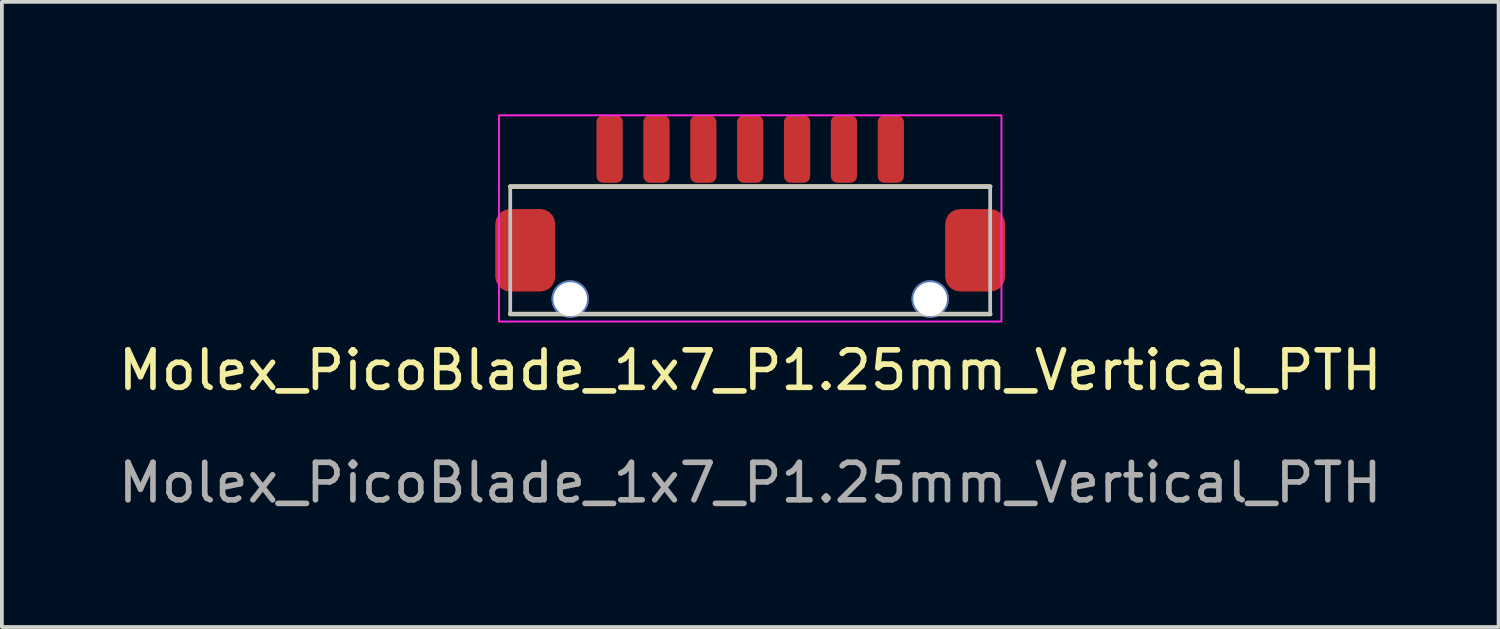
<source format=kicad_pcb>
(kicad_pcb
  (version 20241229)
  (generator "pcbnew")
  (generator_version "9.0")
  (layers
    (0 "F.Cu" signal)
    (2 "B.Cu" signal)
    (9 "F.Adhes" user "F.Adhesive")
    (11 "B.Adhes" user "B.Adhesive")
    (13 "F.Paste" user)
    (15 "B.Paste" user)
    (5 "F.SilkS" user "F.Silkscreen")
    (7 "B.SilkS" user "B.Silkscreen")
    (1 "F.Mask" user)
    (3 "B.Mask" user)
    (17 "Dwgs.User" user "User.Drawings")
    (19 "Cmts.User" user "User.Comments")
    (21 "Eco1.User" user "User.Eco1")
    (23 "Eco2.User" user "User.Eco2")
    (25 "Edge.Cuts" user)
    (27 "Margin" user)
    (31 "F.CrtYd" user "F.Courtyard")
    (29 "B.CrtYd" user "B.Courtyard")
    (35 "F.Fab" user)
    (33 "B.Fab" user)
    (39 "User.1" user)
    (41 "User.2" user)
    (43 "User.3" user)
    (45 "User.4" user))
  (footprint "Molex_PicoBlade_1x7_P1.25mm_Vertical_PTH"
    (layer "F.Cu")
    (at 16.958 3.625)
    (property "Reference" "Molex_PicoBlade_1x7_P1.25mm_Vertical_PTH" (at 0 3.2 0) (unlocked yes) (layer "F.SilkS") (effects (font (size 1 1) (thickness 0.15))))
    (attr smd)
    (fp_line (start -6.4 -1.7) (end 6.4 -1.7) (stroke (width 0.12) (type solid)) (layer "F.SilkS"))
    (fp_line (start -6.4 1.7) (end 6.4 1.7) (stroke (width 0.12) (type solid)) (layer "F.SilkS"))
    (fp_rect (start -6.4 1.7) (end 6.4 -1.7) (stroke (width 0.1) (type solid)) (fill no) (layer "Dwgs.User"))
    (fp_rect (start -6.7 1.9) (end 6.7 -3.6) (stroke (width 0.05) (type solid)) (fill no) (layer "F.CrtYd"))
    (fp_text user "${REFERENCE}" (at 0 6.2 0) (unlocked yes) (layer "F.Fab") (effects (font (size 1 1) (thickness 0.15))))
    (pad "" np_thru_hole circle (at -4.8 1.3) (size 1 1) (drill 0.9) (layers "*.Cu" "*.Mask"))
    (pad "" np_thru_hole circle (at 4.8 1.3) (size 1 1) (drill 0.9) (layers "*.Cu" "*.Mask"))
    (pad "1" smd roundrect (at -3.75 -2.7) (size 0.7 1.8) (layers "F.Cu" "F.Mask" "F.Paste") (roundrect_rratio 0.25))
    (pad "2" smd roundrect (at -2.5 -2.7) (size 0.7 1.8) (layers "F.Cu" "F.Mask" "F.Paste") (roundrect_rratio 0.25))
    (pad "3" smd roundrect (at -1.25 -2.7) (size 0.7 1.8) (layers "F.Cu" "F.Mask" "F.Paste") (roundrect_rratio 0.25))
    (pad "4" smd roundrect (at 0 -2.7) (size 0.7 1.8) (layers "F.Cu" "F.Mask" "F.Paste") (roundrect_rratio 0.25))
    (pad "5" smd roundrect (at 1.25 -2.7) (size 0.7 1.8) (layers "F.Cu" "F.Mask" "F.Paste") (roundrect_rratio 0.25))
    (pad "6" smd roundrect (at 2.5 -2.7) (size 0.7 1.8) (layers "F.Cu" "F.Mask" "F.Paste") (roundrect_rratio 0.25))
    (pad "7" smd roundrect (at 3.75 -2.7) (size 0.7 1.8) (layers "F.Cu" "F.Mask" "F.Paste") (roundrect_rratio 0.25))
    (pad "MP" smd roundrect (at -6 0) (size 1.6 2.2) (layers "F.Cu" "F.Mask" "F.Paste") (roundrect_rratio 0.25))
    (pad "MP" smd roundrect (at 6 0) (size 1.6 2.2) (layers "F.Cu" "F.Mask" "F.Paste") (roundrect_rratio 0.25)))
  (gr_rect
    (start -3 -3)
    (end 36.917 13.673)
    (stroke (width 0.1) (type default))
    (fill no)
    (layer "Edge.Cuts")))
</source>
